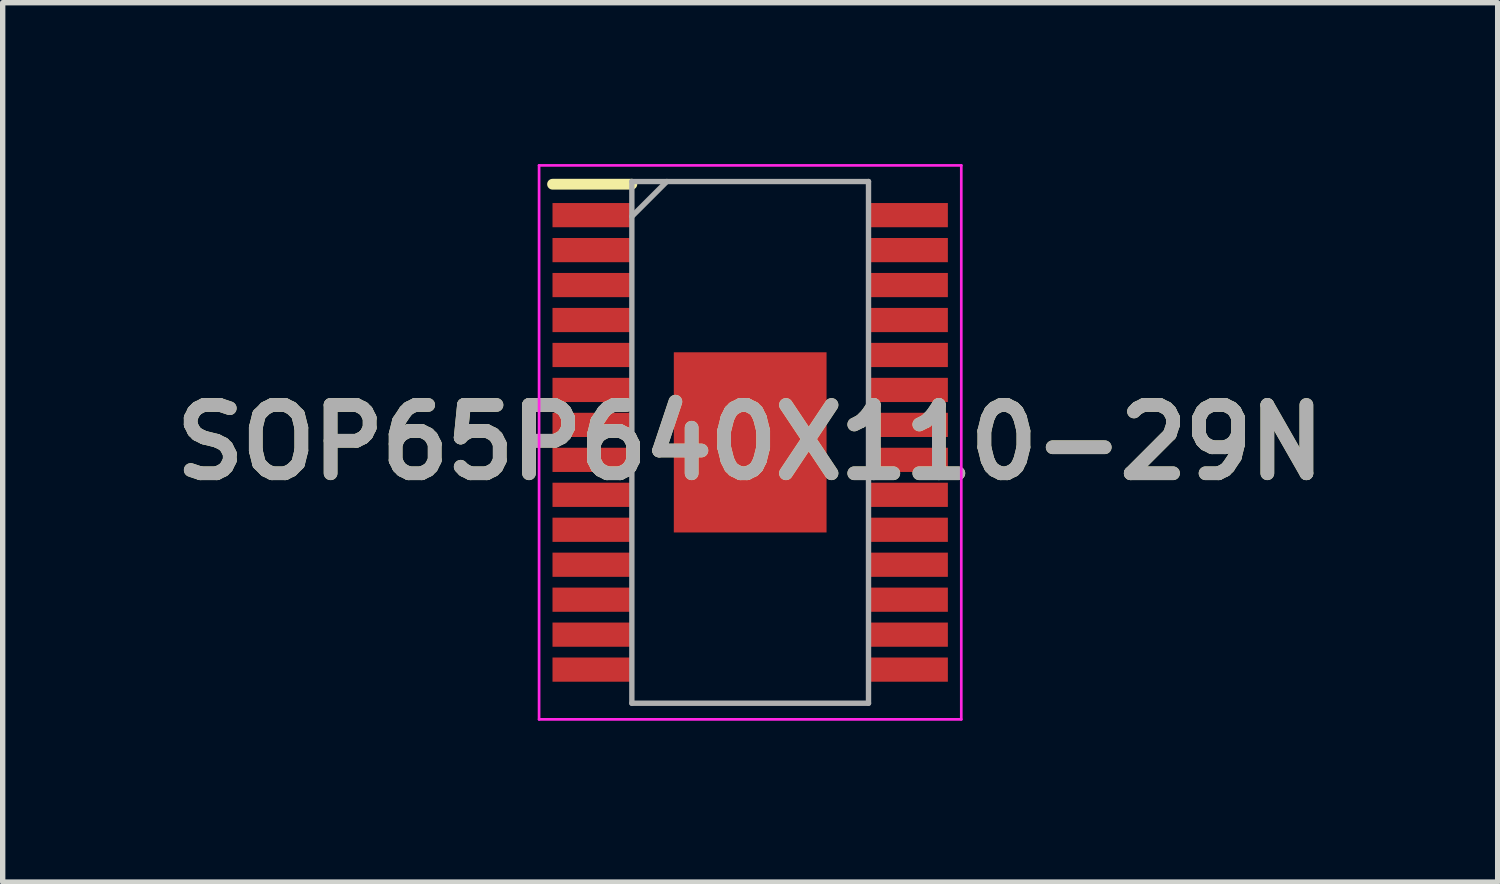
<source format=kicad_pcb>
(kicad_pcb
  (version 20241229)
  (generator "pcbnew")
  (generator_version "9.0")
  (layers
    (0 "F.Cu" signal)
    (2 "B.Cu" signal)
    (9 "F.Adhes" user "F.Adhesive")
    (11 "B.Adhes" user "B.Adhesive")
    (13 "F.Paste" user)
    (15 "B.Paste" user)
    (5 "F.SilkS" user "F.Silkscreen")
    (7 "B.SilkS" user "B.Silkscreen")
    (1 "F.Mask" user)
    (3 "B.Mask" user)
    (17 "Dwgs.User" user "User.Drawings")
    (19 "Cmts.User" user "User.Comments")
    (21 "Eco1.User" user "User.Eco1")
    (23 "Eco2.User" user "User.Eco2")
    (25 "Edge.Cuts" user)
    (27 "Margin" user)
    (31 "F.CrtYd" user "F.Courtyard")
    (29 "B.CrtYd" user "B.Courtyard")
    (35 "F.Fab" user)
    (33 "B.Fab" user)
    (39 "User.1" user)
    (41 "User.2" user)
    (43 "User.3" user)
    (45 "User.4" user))
  (footprint "SOP65P640X110-29N"
    (layer "F.Cu")
    (at 10.898 5.175)
    (property "Reference" "SOP65P640X110-29N" (at 0 0 0) (layer "F.SilkS") (effects (font (size 1.27 1.27) (thickness 0.254))))
    (attr smd)
    (fp_line (start -3.675 -4.8) (end -2.2 -4.8) (stroke (width 0.2) (type solid)) (layer "F.SilkS"))
    (fp_line (start -3.925 -5.15) (end 3.925 -5.15) (stroke (width 0.05) (type solid)) (layer "F.CrtYd"))
    (fp_line (start -3.925 5.15) (end -3.925 -5.15) (stroke (width 0.05) (type solid)) (layer "F.CrtYd"))
    (fp_line (start 3.925 -5.15) (end 3.925 5.15) (stroke (width 0.05) (type solid)) (layer "F.CrtYd"))
    (fp_line (start 3.925 5.15) (end -3.925 5.15) (stroke (width 0.05) (type solid)) (layer "F.CrtYd"))
    (fp_line (start -2.2 -4.85) (end 2.2 -4.85) (stroke (width 0.1) (type solid)) (layer "F.Fab"))
    (fp_line (start -2.2 -4.2) (end -1.55 -4.85) (stroke (width 0.1) (type solid)) (layer "F.Fab"))
    (fp_line (start -2.2 4.85) (end -2.2 -4.85) (stroke (width 0.1) (type solid)) (layer "F.Fab"))
    (fp_line (start 2.2 -4.85) (end 2.2 4.85) (stroke (width 0.1) (type solid)) (layer "F.Fab"))
    (fp_line (start 2.2 4.85) (end -2.2 4.85) (stroke (width 0.1) (type solid)) (layer "F.Fab"))
    (fp_text user "${REFERENCE}" (at 0 0 0) (layer "F.Fab") (effects (font (size 1.27 1.27) (thickness 0.254))))
    (pad "1" smd rect (at -2.938 -4.225 90) (size 0.45 1.475) (layers "F.Cu" "F.Mask" "F.Paste"))
    (pad "2" smd rect (at -2.938 -3.575 90) (size 0.45 1.475) (layers "F.Cu" "F.Mask" "F.Paste"))
    (pad "3" smd rect (at -2.938 -2.925 90) (size 0.45 1.475) (layers "F.Cu" "F.Mask" "F.Paste"))
    (pad "4" smd rect (at -2.938 -2.275 90) (size 0.45 1.475) (layers "F.Cu" "F.Mask" "F.Paste"))
    (pad "5" smd rect (at -2.938 -1.625 90) (size 0.45 1.475) (layers "F.Cu" "F.Mask" "F.Paste"))
    (pad "6" smd rect (at -2.938 -0.975 90) (size 0.45 1.475) (layers "F.Cu" "F.Mask" "F.Paste"))
    (pad "7" smd rect (at -2.938 -0.325 90) (size 0.45 1.475) (layers "F.Cu" "F.Mask" "F.Paste"))
    (pad "8" smd rect (at -2.938 0.325 90) (size 0.45 1.475) (layers "F.Cu" "F.Mask" "F.Paste"))
    (pad "9" smd rect (at -2.938 0.975 90) (size 0.45 1.475) (layers "F.Cu" "F.Mask" "F.Paste"))
    (pad "10" smd rect (at -2.938 1.625 90) (size 0.45 1.475) (layers "F.Cu" "F.Mask" "F.Paste"))
    (pad "11" smd rect (at -2.938 2.275 90) (size 0.45 1.475) (layers "F.Cu" "F.Mask" "F.Paste"))
    (pad "12" smd rect (at -2.938 2.925 90) (size 0.45 1.475) (layers "F.Cu" "F.Mask" "F.Paste"))
    (pad "13" smd rect (at -2.938 3.575 90) (size 0.45 1.475) (layers "F.Cu" "F.Mask" "F.Paste"))
    (pad "14" smd rect (at -2.938 4.225 90) (size 0.45 1.475) (layers "F.Cu" "F.Mask" "F.Paste"))
    (pad "15" smd rect (at 2.938 4.225 90) (size 0.45 1.475) (layers "F.Cu" "F.Mask" "F.Paste"))
    (pad "16" smd rect (at 2.938 3.575 90) (size 0.45 1.475) (layers "F.Cu" "F.Mask" "F.Paste"))
    (pad "17" smd rect (at 2.938 2.925 90) (size 0.45 1.475) (layers "F.Cu" "F.Mask" "F.Paste"))
    (pad "18" smd rect (at 2.938 2.275 90) (size 0.45 1.475) (layers "F.Cu" "F.Mask" "F.Paste"))
    (pad "19" smd rect (at 2.938 1.625 90) (size 0.45 1.475) (layers "F.Cu" "F.Mask" "F.Paste"))
    (pad "20" smd rect (at 2.938 0.975 90) (size 0.45 1.475) (layers "F.Cu" "F.Mask" "F.Paste"))
    (pad "21" smd rect (at 2.938 0.325 90) (size 0.45 1.475) (layers "F.Cu" "F.Mask" "F.Paste"))
    (pad "22" smd rect (at 2.938 -0.325 90) (size 0.45 1.475) (layers "F.Cu" "F.Mask" "F.Paste"))
    (pad "23" smd rect (at 2.938 -0.975 90) (size 0.45 1.475) (layers "F.Cu" "F.Mask" "F.Paste"))
    (pad "24" smd rect (at 2.938 -1.625 90) (size 0.45 1.475) (layers "F.Cu" "F.Mask" "F.Paste"))
    (pad "25" smd rect (at 2.938 -2.275 90) (size 0.45 1.475) (layers "F.Cu" "F.Mask" "F.Paste"))
    (pad "26" smd rect (at 2.938 -2.925 90) (size 0.45 1.475) (layers "F.Cu" "F.Mask" "F.Paste"))
    (pad "27" smd rect (at 2.938 -3.575 90) (size 0.45 1.475) (layers "F.Cu" "F.Mask" "F.Paste"))
    (pad "28" smd rect (at 2.938 -4.225 90) (size 0.45 1.475) (layers "F.Cu" "F.Mask" "F.Paste"))
    (pad "29" smd rect (at 0 0) (size 2.84 3.35) (layers "F.Cu" "F.Mask" "F.Paste")))
  (gr_rect
    (start -3 -3)
    (end 24.796 13.35)
    (stroke (width 0.1) (type default))
    (fill no)
    (layer "Edge.Cuts")))
</source>
